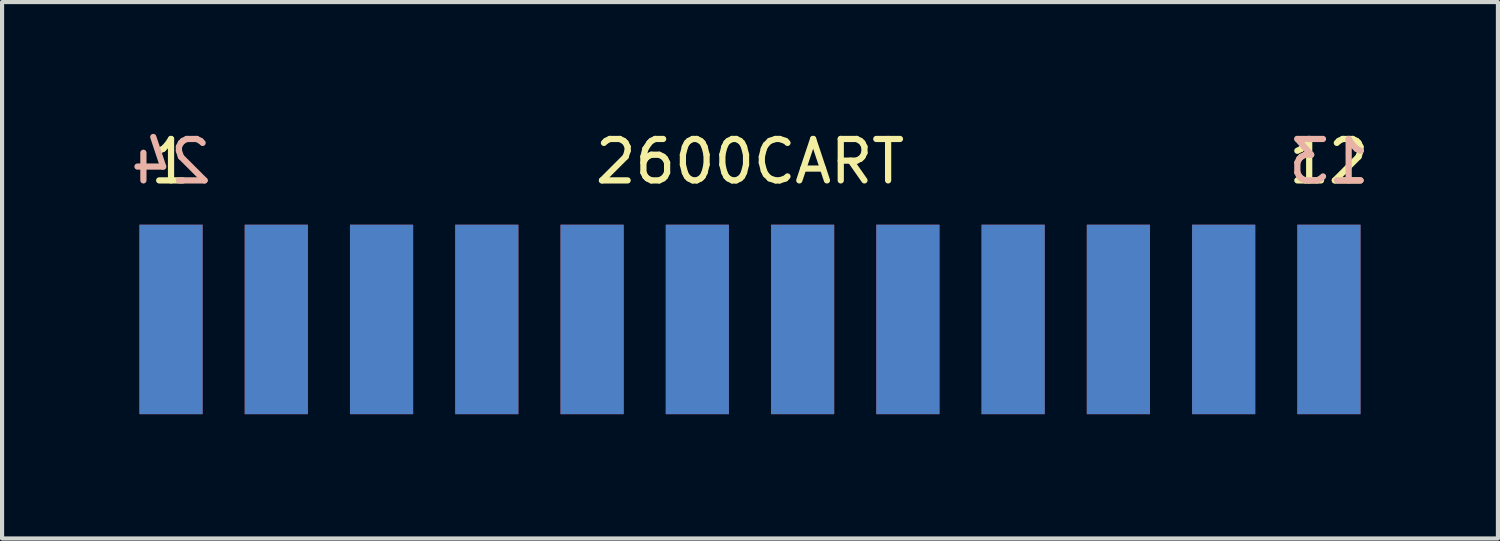
<source format=kicad_pcb>
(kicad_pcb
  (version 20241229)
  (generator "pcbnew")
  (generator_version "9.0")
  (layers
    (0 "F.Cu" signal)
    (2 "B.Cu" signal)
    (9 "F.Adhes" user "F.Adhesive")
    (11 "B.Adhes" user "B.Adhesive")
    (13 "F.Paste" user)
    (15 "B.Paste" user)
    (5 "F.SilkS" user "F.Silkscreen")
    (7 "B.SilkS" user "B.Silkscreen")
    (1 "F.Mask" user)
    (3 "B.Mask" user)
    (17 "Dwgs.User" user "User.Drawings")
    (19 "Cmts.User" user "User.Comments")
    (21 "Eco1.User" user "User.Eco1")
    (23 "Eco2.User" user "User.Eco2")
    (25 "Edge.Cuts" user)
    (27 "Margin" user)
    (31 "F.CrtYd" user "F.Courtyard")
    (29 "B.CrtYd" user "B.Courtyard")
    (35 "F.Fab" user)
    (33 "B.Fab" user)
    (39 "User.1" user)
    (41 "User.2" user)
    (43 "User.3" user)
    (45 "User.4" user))
  (footprint "2600CART"
    (layer "F.Cu")
    (at 15.047 4.658)
    (property "Reference" "2600CART" (at 0 -3.81 0) (layer "F.SilkS") (effects (font (size 1 1) (thickness 0.15))))
    (attr through_hole)
    (fp_text user "1" (at -13.97 -3.81 0) (layer "F.SilkS") (effects (font (size 1 1) (thickness 0.15))))
    (fp_text user "12" (at 13.97 -3.81 0) (layer "F.SilkS") (effects (font (size 1 1) (thickness 0.15))))
    (fp_text user "24" (at -13.97 -3.81 0) (layer "B.SilkS") (effects (font (size 1 1) (thickness 0.15)) (justify mirror)))
    (fp_text user "13" (at 13.97 -3.81 0) (layer "B.SilkS") (effects (font (size 1 1) (thickness 0.15)) (justify mirror)))
    (pad "1" connect rect (at -13.97 0) (size 1.524 4.572) (layers "F.Cu" "F.Mask"))
    (pad "2" connect rect (at -11.43 0) (size 1.524 4.572) (layers "F.Cu" "F.Mask"))
    (pad "3" connect rect (at -8.89 0) (size 1.524 4.572) (layers "F.Cu" "F.Mask"))
    (pad "4" connect rect (at -6.35 0) (size 1.524 4.572) (layers "F.Cu" "F.Mask"))
    (pad "5" connect rect (at -3.81 0) (size 1.524 4.572) (layers "F.Cu" "F.Mask"))
    (pad "6" connect rect (at -1.27 0) (size 1.524 4.572) (layers "F.Cu" "F.Mask"))
    (pad "7" connect rect (at 1.27 0) (size 1.524 4.572) (layers "F.Cu" "F.Mask"))
    (pad "8" connect rect (at 3.81 0) (size 1.524 4.572) (layers "F.Cu" "F.Mask"))
    (pad "9" connect rect (at 6.35 0) (size 1.524 4.572) (layers "F.Cu" "F.Mask"))
    (pad "10" connect rect (at 8.89 0) (size 1.524 4.572) (layers "F.Cu" "F.Mask"))
    (pad "11" connect rect (at 11.43 0) (size 1.524 4.572) (layers "F.Cu" "F.Mask"))
    (pad "12" connect rect (at 13.97 0) (size 1.524 4.572) (layers "F.Cu" "F.Mask"))
    (pad "13" connect rect (at 13.97 0) (size 1.524 4.572) (layers "*.Mask" "B.Cu"))
    (pad "14" connect rect (at 11.43 0) (size 1.524 4.572) (layers "B.Cu" "B.Mask"))
    (pad "15" connect rect (at 8.89 0) (size 1.524 4.572) (layers "B.Cu" "B.Mask"))
    (pad "16" connect rect (at 6.35 0) (size 1.524 4.572) (layers "B.Cu" "B.Mask"))
    (pad "17" connect rect (at 3.81 0) (size 1.524 4.572) (layers "B.Cu" "B.Mask"))
    (pad "18" connect rect (at 1.27 0) (size 1.524 4.572) (layers "B.Cu" "B.Mask"))
    (pad "19" connect rect (at -1.27 0) (size 1.524 4.572) (layers "B.Cu" "B.Mask"))
    (pad "20" connect rect (at -3.81 0) (size 1.524 4.572) (layers "B.Cu" "B.Mask"))
    (pad "21" connect rect (at -6.35 0) (size 1.524 4.572) (layers "B.Cu" "B.Mask"))
    (pad "22" connect rect (at -8.89 0) (size 1.524 4.572) (layers "B.Cu" "B.Mask"))
    (pad "23" connect rect (at -11.43 0) (size 1.524 4.572) (layers "B.Cu" "B.Mask"))
    (pad "24" connect rect (at -13.97 0) (size 1.524 4.572) (layers "B.Cu" "B.Mask")))
  (gr_rect
    (start -3 -3)
    (end 33.095 9.944)
    (stroke (width 0.1) (type default))
    (fill no)
    (layer "Edge.Cuts")))
</source>
